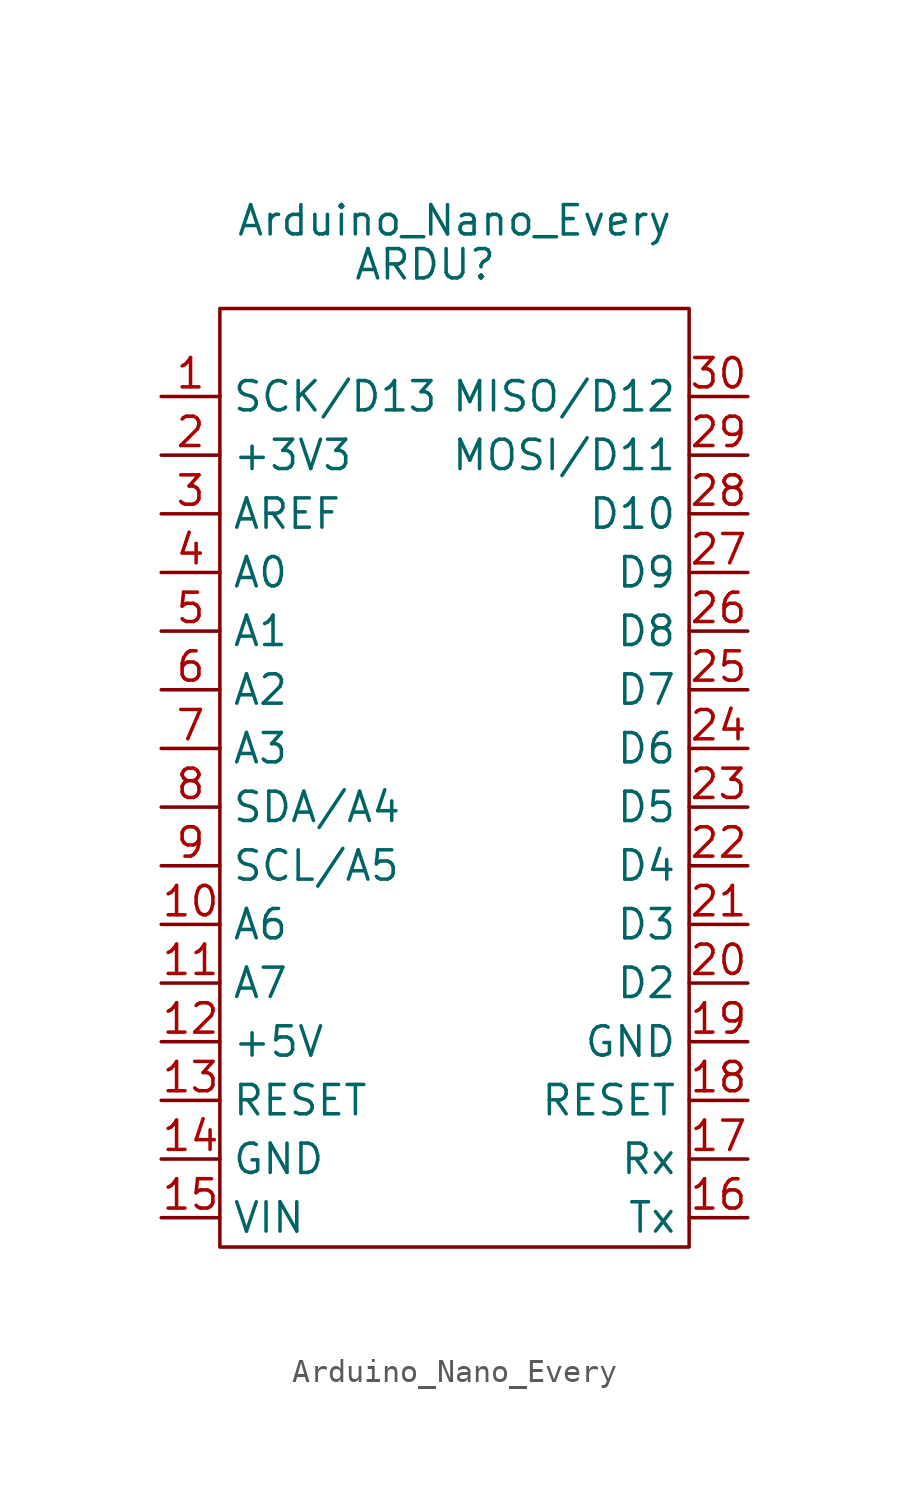
<source format=kicad_sym>
(kicad_symbol_lib
  (version 20211014)
  (generator kicad_symbol_editor)
  (symbol "Arduino_Nano_Every"
    (property "Reference" "ARDU"
      (at -1.27 8.255 0)
      (effects (font (size 1.27 1.27))))
    (property "Value" "Arduino_Nano_Every"
      (at 0 10.16 0)
      (effects (font (size 1.27 1.27))))
    (symbol "Arduino_Nano_Every_0_1"
      (rectangle (start -10.16 6.35) (end 10.16 -34.29) (stroke (width 0) (type default) (color 0 0 0 0)) (fill (type none))))
    (symbol "Arduino_Nano_Every_1_1"
      (pin passive line (at -12.7 2.54 0) (length 2.54) (name "SCK/D13" (effects (font (size 1.27 1.27)))) (number "1" (effects (font (size 1.27 1.27)))))
      (pin passive line (at -12.7 -20.32 0) (length 2.54) (name "A6" (effects (font (size 1.27 1.27)))) (number "10" (effects (font (size 1.27 1.27)))))
      (pin passive line (at -12.7 -22.86 0) (length 2.54) (name "A7" (effects (font (size 1.27 1.27)))) (number "11" (effects (font (size 1.27 1.27)))))
      (pin passive line (at -12.7 -25.4 0) (length 2.54) (name "+5V" (effects (font (size 1.27 1.27)))) (number "12" (effects (font (size 1.27 1.27)))))
      (pin passive line (at -12.7 -27.94 0) (length 2.54) (name "RESET" (effects (font (size 1.27 1.27)))) (number "13" (effects (font (size 1.27 1.27)))))
      (pin passive line (at -12.7 -30.48 0) (length 2.54) (name "GND" (effects (font (size 1.27 1.27)))) (number "14" (effects (font (size 1.27 1.27)))))
      (pin passive line (at -12.7 -33.02 0) (length 2.54) (name "VIN" (effects (font (size 1.27 1.27)))) (number "15" (effects (font (size 1.27 1.27)))))
      (pin passive line (at 12.7 -33.02 180) (length 2.54) (name "Tx" (effects (font (size 1.27 1.27)))) (number "16" (effects (font (size 1.27 1.27)))))
      (pin passive line (at 12.7 -30.48 180) (length 2.54) (name "Rx" (effects (font (size 1.27 1.27)))) (number "17" (effects (font (size 1.27 1.27)))))
      (pin passive line (at 12.7 -27.94 180) (length 2.54) (name "RESET" (effects (font (size 1.27 1.27)))) (number "18" (effects (font (size 1.27 1.27)))))
      (pin passive line (at 12.7 -25.4 180) (length 2.54) (name "GND" (effects (font (size 1.27 1.27)))) (number "19" (effects (font (size 1.27 1.27)))))
      (pin passive line (at -12.7 0 0) (length 2.54) (name "+3V3" (effects (font (size 1.27 1.27)))) (number "2" (effects (font (size 1.27 1.27)))))
      (pin passive line (at 12.7 -22.86 180) (length 2.54) (name "D2" (effects (font (size 1.27 1.27)))) (number "20" (effects (font (size 1.27 1.27)))))
      (pin passive line (at 12.7 -20.32 180) (length 2.54) (name "D3" (effects (font (size 1.27 1.27)))) (number "21" (effects (font (size 1.27 1.27)))))
      (pin passive line (at 12.7 -17.78 180) (length 2.54) (name "D4" (effects (font (size 1.27 1.27)))) (number "22" (effects (font (size 1.27 1.27)))))
      (pin passive line (at 12.7 -15.24 180) (length 2.54) (name "D5" (effects (font (size 1.27 1.27)))) (number "23" (effects (font (size 1.27 1.27)))))
      (pin passive line (at 12.7 -12.7 180) (length 2.54) (name "D6" (effects (font (size 1.27 1.27)))) (number "24" (effects (font (size 1.27 1.27)))))
      (pin passive line (at 12.7 -10.16 180) (length 2.54) (name "D7" (effects (font (size 1.27 1.27)))) (number "25" (effects (font (size 1.27 1.27)))))
      (pin passive line (at 12.7 -7.62 180) (length 2.54) (name "D8" (effects (font (size 1.27 1.27)))) (number "26" (effects (font (size 1.27 1.27)))))
      (pin passive line (at 12.7 -5.08 180) (length 2.54) (name "D9" (effects (font (size 1.27 1.27)))) (number "27" (effects (font (size 1.27 1.27)))))
      (pin passive line (at 12.7 -2.54 180) (length 2.54) (name "D10" (effects (font (size 1.27 1.27)))) (number "28" (effects (font (size 1.27 1.27)))))
      (pin passive line (at 12.7 0 180) (length 2.54) (name "MOSI/D11" (effects (font (size 1.27 1.27)))) (number "29" (effects (font (size 1.27 1.27)))))
      (pin passive line (at -12.7 -2.54 0) (length 2.54) (name "AREF" (effects (font (size 1.27 1.27)))) (number "3" (effects (font (size 1.27 1.27)))))
      (pin passive line (at 12.7 2.54 180) (length 2.54) (name "MISO/D12" (effects (font (size 1.27 1.27)))) (number "30" (effects (font (size 1.27 1.27)))))
      (pin passive line (at -12.7 -5.08 0) (length 2.54) (name "A0" (effects (font (size 1.27 1.27)))) (number "4" (effects (font (size 1.27 1.27)))))
      (pin passive line (at -12.7 -7.62 0) (length 2.54) (name "A1" (effects (font (size 1.27 1.27)))) (number "5" (effects (font (size 1.27 1.27)))))
      (pin passive line (at -12.7 -10.16 0) (length 2.54) (name "A2" (effects (font (size 1.27 1.27)))) (number "6" (effects (font (size 1.27 1.27)))))
      (pin passive line (at -12.7 -12.7 0) (length 2.54) (name "A3" (effects (font (size 1.27 1.27)))) (number "7" (effects (font (size 1.27 1.27)))))
      (pin passive line (at -12.7 -15.24 0) (length 2.54) (name "SDA/A4" (effects (font (size 1.27 1.27)))) (number "8" (effects (font (size 1.27 1.27)))))
      (pin passive line (at -12.7 -17.78 0) (length 2.54) (name "SCL/A5" (effects (font (size 1.27 1.27)))) (number "9" (effects (font (size 1.27 1.27))))))))
</source>
